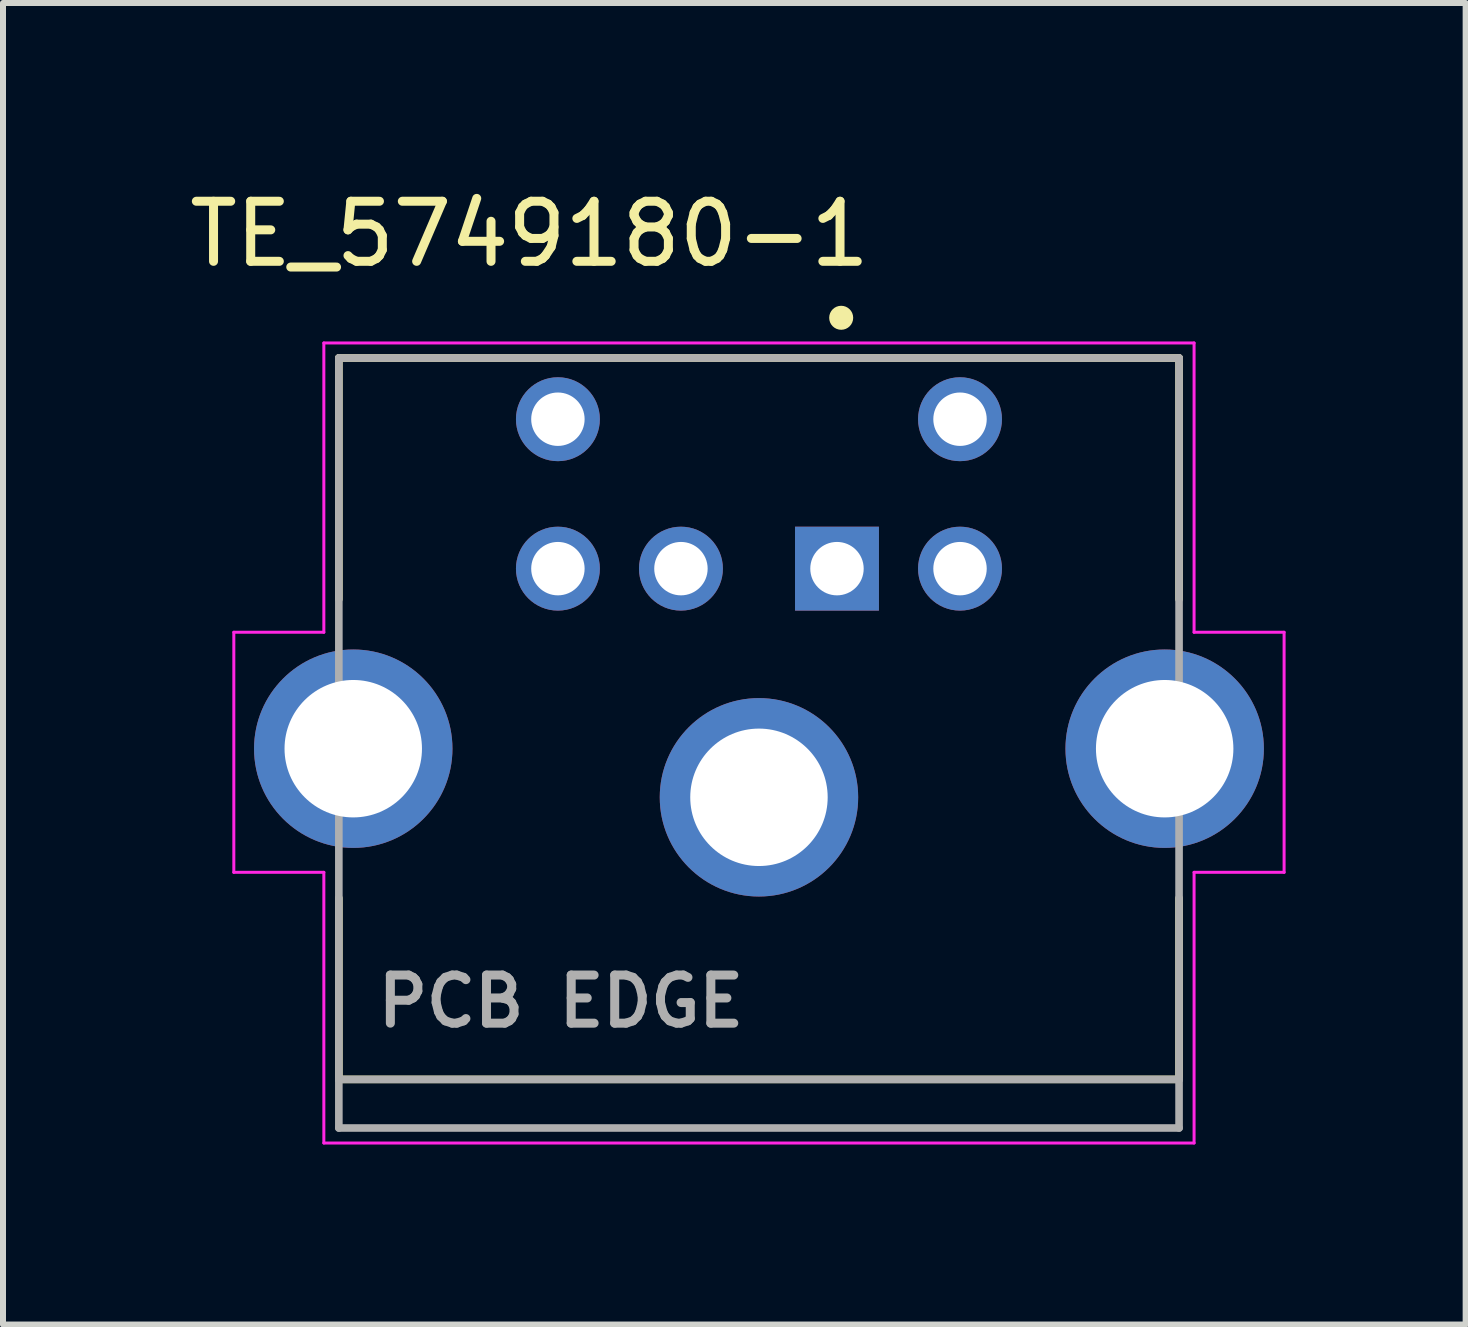
<source format=kicad_pcb>
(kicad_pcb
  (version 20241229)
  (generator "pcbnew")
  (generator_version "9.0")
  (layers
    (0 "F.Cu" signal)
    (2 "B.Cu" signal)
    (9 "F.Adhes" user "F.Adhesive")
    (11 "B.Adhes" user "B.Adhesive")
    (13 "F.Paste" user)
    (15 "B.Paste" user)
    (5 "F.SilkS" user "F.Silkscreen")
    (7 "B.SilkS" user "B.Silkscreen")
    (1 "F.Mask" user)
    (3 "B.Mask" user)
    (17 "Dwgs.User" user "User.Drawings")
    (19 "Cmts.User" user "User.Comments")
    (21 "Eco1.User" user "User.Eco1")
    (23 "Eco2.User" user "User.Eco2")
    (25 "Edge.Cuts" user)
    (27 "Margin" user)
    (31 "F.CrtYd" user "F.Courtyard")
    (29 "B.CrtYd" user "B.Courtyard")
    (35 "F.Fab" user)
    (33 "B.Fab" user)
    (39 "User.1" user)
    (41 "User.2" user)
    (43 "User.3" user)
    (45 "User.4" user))
  (footprint "TE_5749180-1"
    (layer "F.Cu")
    (at 9.596 10.235)
    (property "Reference" "TE_5749180-1" (at -3.821 -9.386 0) (layer "F.SilkS") (effects (font (size 1.001 1.001) (thickness 0.15))))
    (attr through_hole)
    (fp_line (start -7 -7.32) (end -7 -3.3) (stroke (width 0.127) (type solid)) (layer "F.SilkS"))
    (fp_line (start -7 1.68) (end -7 4.7) (stroke (width 0.127) (type solid)) (layer "F.SilkS"))
    (fp_line (start -7 4.7) (end 7 4.7) (stroke (width 0.127) (type solid)) (layer "F.SilkS"))
    (fp_line (start 7 -7.32) (end -7 -7.32) (stroke (width 0.127) (type solid)) (layer "F.SilkS"))
    (fp_line (start 7 -3.3) (end 7 -7.32) (stroke (width 0.127) (type solid)) (layer "F.SilkS"))
    (fp_line (start 7 4.7) (end 7 1.68) (stroke (width 0.127) (type solid)) (layer "F.SilkS"))
    (fp_circle (center 1.37 -7.99) (end 1.47 -7.99) (stroke (width 0.2) (type solid)) (fill no) (layer "F.SilkS"))
    (fp_line (start -8.75 -2.75) (end -8.75 1.25) (stroke (width 0.05) (type solid)) (layer "F.CrtYd"))
    (fp_line (start -8.75 1.25) (end -7.25 1.25) (stroke (width 0.05) (type solid)) (layer "F.CrtYd"))
    (fp_line (start -7.25 -7.57) (end -7.25 -2.75) (stroke (width 0.05) (type solid)) (layer "F.CrtYd"))
    (fp_line (start -7.25 -2.75) (end -8.75 -2.75) (stroke (width 0.05) (type solid)) (layer "F.CrtYd"))
    (fp_line (start -7.25 1.25) (end -7.25 5.76) (stroke (width 0.05) (type solid)) (layer "F.CrtYd"))
    (fp_line (start -7.25 5.76) (end 7.25 5.76) (stroke (width 0.05) (type solid)) (layer "F.CrtYd"))
    (fp_line (start 7.25 -7.57) (end -7.25 -7.57) (stroke (width 0.05) (type solid)) (layer "F.CrtYd"))
    (fp_line (start 7.25 -2.75) (end 7.25 -7.57) (stroke (width 0.05) (type solid)) (layer "F.CrtYd"))
    (fp_line (start 7.25 1.25) (end 8.75 1.25) (stroke (width 0.05) (type solid)) (layer "F.CrtYd"))
    (fp_line (start 7.25 5.76) (end 7.25 1.25) (stroke (width 0.05) (type solid)) (layer "F.CrtYd"))
    (fp_line (start 8.75 -2.75) (end 7.25 -2.75) (stroke (width 0.05) (type solid)) (layer "F.CrtYd"))
    (fp_line (start 8.75 1.25) (end 8.75 -2.75) (stroke (width 0.05) (type solid)) (layer "F.CrtYd"))
    (fp_line (start -7 -7.32) (end -7 4.7) (stroke (width 0.127) (type solid)) (layer "F.Fab"))
    (fp_line (start -7 4.7) (end -7 5.51) (stroke (width 0.127) (type solid)) (layer "F.Fab"))
    (fp_line (start -7 4.7) (end 7 4.7) (stroke (width 0.127) (type solid)) (layer "F.Fab"))
    (fp_line (start -7 5.51) (end 7 5.51) (stroke (width 0.127) (type solid)) (layer "F.Fab"))
    (fp_line (start 7 -7.32) (end -7 -7.32) (stroke (width 0.127) (type solid)) (layer "F.Fab"))
    (fp_line (start 7 4.7) (end 7 -7.32) (stroke (width 0.127) (type solid)) (layer "F.Fab"))
    (fp_line (start 7 5.51) (end 7 4.7) (stroke (width 0.127) (type solid)) (layer "F.Fab"))
    (fp_text user "PCB EDGE" (at -3.3 3.4 0) (layer "F.Fab") (effects (font (size 0.801 0.801) (thickness 0.15))))
    (pad "1" thru_hole rect (at 1.3 -3.81) (size 1.398 1.398) (drill 0.89) (layers "*.Cu" "*.Mask"))
    (pad "2" thru_hole circle (at -1.3 -3.81) (size 1.398 1.398) (drill 0.89) (layers "*.Cu" "*.Mask"))
    (pad "3" thru_hole circle (at 3.35 -3.81) (size 1.398 1.398) (drill 0.89) (layers "*.Cu" "*.Mask"))
    (pad "4" thru_hole circle (at -3.35 -3.81) (size 1.398 1.398) (drill 0.89) (layers "*.Cu" "*.Mask"))
    (pad "5" thru_hole circle (at 3.35 -6.3) (size 1.398 1.398) (drill 0.89) (layers "*.Cu" "*.Mask"))
    (pad "6" thru_hole circle (at -3.35 -6.3) (size 1.398 1.398) (drill 0.89) (layers "*.Cu" "*.Mask"))
    (pad "S1" thru_hole circle (at 0 0) (size 3.306 3.306) (drill 2.29) (layers "*.Cu" "*.Mask"))
    (pad "S2" thru_hole circle (at -6.76 -0.81) (size 3.306 3.306) (drill 2.29) (layers "*.Cu" "*.Mask"))
    (pad "S3" thru_hole circle (at 6.76 -0.81) (size 3.306 3.306) (drill 2.29) (layers "*.Cu" "*.Mask")))
  (gr_rect
    (start -3 -3)
    (end 21.371 19.02)
    (stroke (width 0.1) (type default))
    (fill no)
    (layer "Edge.Cuts")))
</source>
